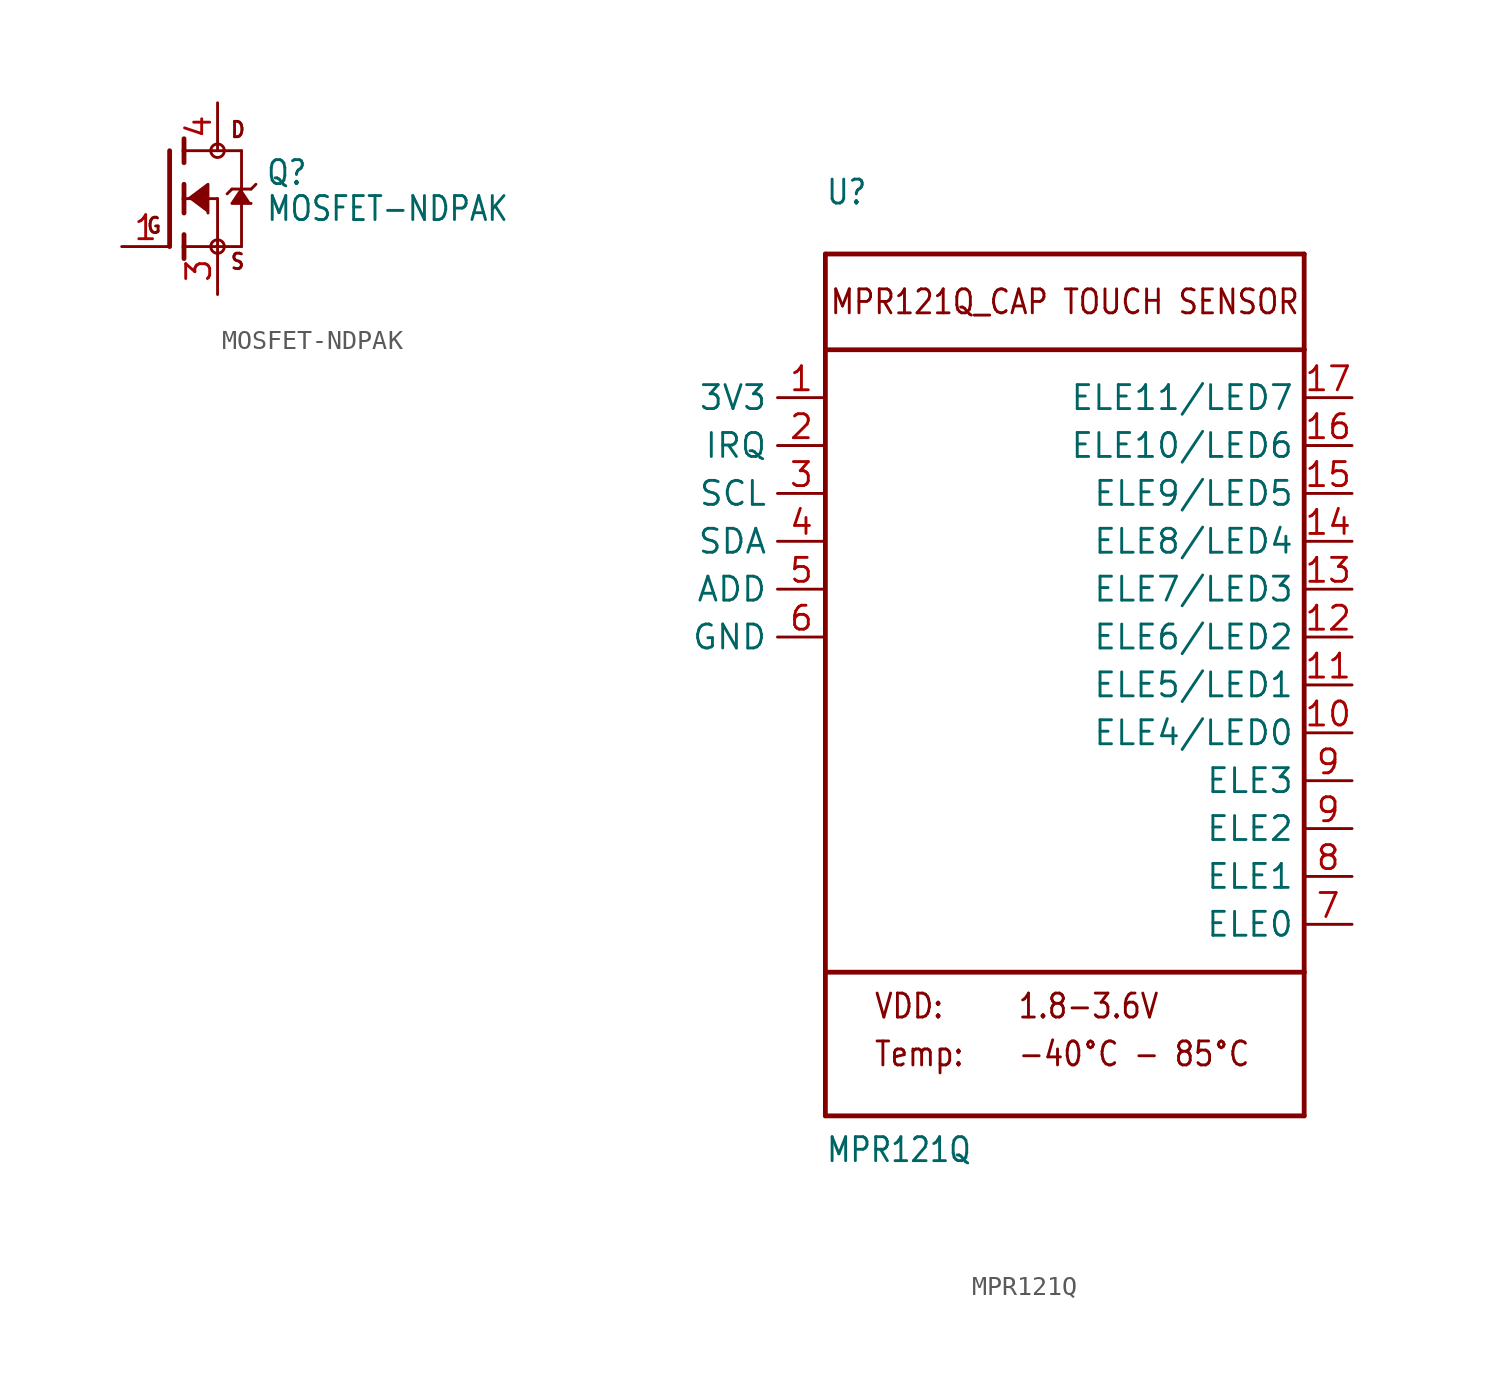
<source format=kicad_sym>
(kicad_symbol_lib
  (version 20211014)
  (generator kicad_symbol_editor)
  (symbol "MOSFET-NDPAK"
    (property "Reference" "Q"
      (at 5.08 0.635 0)
      (effects (font (size 1.27 1.079)) (justify left bottom)))
    (property "Value" "MOSFET-NDPAK"
      (at 5.08 -1.27 0)
      (effects (font (size 1.27 1.079)) (justify left bottom)))
    (property "ki_locked" ""
      (at 0 0 0)
      (effects (font (size 1.27 1.27))))
    (symbol "MOSFET-NDPAK_1_0"
      (polyline (pts (xy 0 2.54) (xy 0 -2.54)) (stroke (width 0.254) (type default) (color 0 0 0 0)) (fill (type none)))
      (polyline (pts (xy 0.762 -2.54) (xy 0.762 -3.175)) (stroke (width 0.254) (type default) (color 0 0 0 0)) (fill (type none)))
      (polyline (pts (xy 0.762 -1.905) (xy 0.762 -2.54)) (stroke (width 0.254) (type default) (color 0 0 0 0)) (fill (type none)))
      (polyline (pts (xy 0.762 0) (xy 0.762 -0.762)) (stroke (width 0.254) (type default) (color 0 0 0 0)) (fill (type none)))
      (polyline (pts (xy 0.762 0) (xy 2.54 0)) (stroke (width 0.152) (type default) (color 0 0 0 0)) (fill (type none)))
      (polyline (pts (xy 0.762 0.762) (xy 0.762 0)) (stroke (width 0.254) (type default) (color 0 0 0 0)) (fill (type none)))
      (polyline (pts (xy 0.762 2.54) (xy 0.762 1.905)) (stroke (width 0.254) (type default) (color 0 0 0 0)) (fill (type none)))
      (polyline (pts (xy 0.762 2.54) (xy 3.81 2.54)) (stroke (width 0.152) (type default) (color 0 0 0 0)) (fill (type none)))
      (polyline (pts (xy 0.762 3.175) (xy 0.762 2.54)) (stroke (width 0.254) (type default) (color 0 0 0 0)) (fill (type none)))
      (polyline (pts (xy 2.54 -2.54) (xy 0.762 -2.54)) (stroke (width 0.152) (type default) (color 0 0 0 0)) (fill (type none)))
      (polyline (pts (xy 2.54 -2.54) (xy 3.81 -2.54)) (stroke (width 0.152) (type default) (color 0 0 0 0)) (fill (type none)))
      (polyline (pts (xy 2.54 0) (xy 2.54 -2.54)) (stroke (width 0.152) (type default) (color 0 0 0 0)) (fill (type none)))
      (polyline (pts (xy 3.302 0.508) (xy 3.048 0.254)) (stroke (width 0.152) (type default) (color 0 0 0 0)) (fill (type none)))
      (polyline (pts (xy 3.81 0.508) (xy 3.302 0.508)) (stroke (width 0.152) (type default) (color 0 0 0 0)) (fill (type none)))
      (polyline (pts (xy 3.81 0.508) (xy 3.81 -2.54)) (stroke (width 0.152) (type default) (color 0 0 0 0)) (fill (type none)))
      (polyline (pts (xy 3.81 2.54) (xy 3.81 0.508)) (stroke (width 0.152) (type default) (color 0 0 0 0)) (fill (type none)))
      (polyline (pts (xy 4.318 0.508) (xy 3.81 0.508)) (stroke (width 0.152) (type default) (color 0 0 0 0)) (fill (type none)))
      (polyline (pts (xy 4.572 0.762) (xy 4.318 0.508)) (stroke (width 0.152) (type default) (color 0 0 0 0)) (fill (type none)))
      (polyline (pts (xy 1.016 0) (xy 2.032 0.762) (xy 2.032 -0.762)) (stroke (width 0) (type default) (color 0 0 0 0)) (fill (type outline)))
      (polyline (pts (xy 3.81 0.508) (xy 3.302 -0.254) (xy 4.318 -0.254)) (stroke (width 0) (type default) (color 0 0 0 0)) (fill (type outline)))
      (circle (center 2.54 -2.54) (radius 0.359) (stroke (width 0) (type default) (color 0 0 0 0)) (fill (type none)))
      (circle (center 2.54 2.54) (radius 0.359) (stroke (width 0) (type default) (color 0 0 0 0)) (fill (type none)))
      (text "D" (at 3.175 3.175 0) (effects (font (size 0.813 0.691)) (justify left bottom)))
      (text "G" (at -1.27 -1.905 0) (effects (font (size 0.813 0.691)) (justify left bottom)))
      (text "S" (at 3.175 -3.81 0) (effects (font (size 0.813 0.691)) (justify left bottom)))
      (pin bidirectional line (at -2.54 -2.54 0) (length 2.54) (name "G" (effects (font (size 0 0)))) (number "1" (effects (font (size 1.27 1.27)))))
      (pin bidirectional line (at 2.54 -5.08 90) (length 2.54) (name "S" (effects (font (size 0 0)))) (number "3" (effects (font (size 1.27 1.27)))))
      (pin bidirectional line (at 2.54 5.08 270) (length 2.54) (name "D" (effects (font (size 0 0)))) (number "4" (effects (font (size 1.27 1.27)))))))
  (symbol "MPR121Q"
    (property "Reference" "U"
      (at -12.7 22.86 0)
      (effects (font (size 1.27 1.079)) (justify left bottom)))
    (property "Value" "MPR121Q"
      (at -12.7 -27.94 0)
      (effects (font (size 1.27 1.079)) (justify left bottom)))
    (property "ki_locked" ""
      (at 0 0 0)
      (effects (font (size 1.27 1.27))))
    (symbol "MPR121Q_1_0"
      (polyline (pts (xy -12.7 -25.4) (xy 12.7 -25.4)) (stroke (width 0.254) (type default) (color 0 0 0 0)) (fill (type none)))
      (polyline (pts (xy -12.7 -17.78) (xy -12.7 -25.4)) (stroke (width 0.254) (type default) (color 0 0 0 0)) (fill (type none)))
      (polyline (pts (xy -12.7 -17.78) (xy -12.7 15.24)) (stroke (width 0.254) (type default) (color 0 0 0 0)) (fill (type none)))
      (polyline (pts (xy -12.7 15.24) (xy -12.7 20.32)) (stroke (width 0.254) (type default) (color 0 0 0 0)) (fill (type none)))
      (polyline (pts (xy -12.7 15.24) (xy 12.7 15.24)) (stroke (width 0.254) (type default) (color 0 0 0 0)) (fill (type none)))
      (polyline (pts (xy -12.7 20.32) (xy 12.7 20.32)) (stroke (width 0.254) (type default) (color 0 0 0 0)) (fill (type none)))
      (polyline (pts (xy 12.7 -25.4) (xy 12.7 -17.78)) (stroke (width 0.254) (type default) (color 0 0 0 0)) (fill (type none)))
      (polyline (pts (xy 12.7 -17.78) (xy -12.7 -17.78)) (stroke (width 0.254) (type default) (color 0 0 0 0)) (fill (type none)))
      (polyline (pts (xy 12.7 15.24) (xy 12.7 -17.78)) (stroke (width 0.254) (type default) (color 0 0 0 0)) (fill (type none)))
      (polyline (pts (xy 12.7 20.32) (xy 12.7 15.24)) (stroke (width 0.254) (type default) (color 0 0 0 0)) (fill (type none)))
      (text "-40°C - 85°C" (at -2.54 -22.86 0) (effects (font (size 1.27 1.079)) (justify left bottom)))
      (text "1.8-3.6V" (at -2.54 -20.32 0) (effects (font (size 1.27 1.079)) (justify left bottom)))
      (text "MPR121Q_CAP TOUCH SENSOR" (at 0 17.78 0) (effects (font (size 1.27 1.079))))
      (text "Temp:" (at -10.16 -22.86 0) (effects (font (size 1.27 1.079)) (justify left bottom)))
      (text "VDD:" (at -10.16 -20.32 0) (effects (font (size 1.27 1.079)) (justify left bottom)))
      (pin bidirectional line (at 15.24 -5.08 180) (length 2.54) (name "ELE4/LED0" (effects (font (size 1.27 1.27)))) (number "10" (effects (font (size 1.27 1.27)))))
      (pin bidirectional line (at 15.24 -2.54 180) (length 2.54) (name "ELE5/LED1" (effects (font (size 1.27 1.27)))) (number "11" (effects (font (size 1.27 1.27)))))
      (pin bidirectional line (at 15.24 0 180) (length 2.54) (name "ELE6/LED2" (effects (font (size 1.27 1.27)))) (number "12" (effects (font (size 1.27 1.27)))))
      (pin bidirectional line (at 15.24 2.54 180) (length 2.54) (name "ELE7/LED3" (effects (font (size 1.27 1.27)))) (number "13" (effects (font (size 1.27 1.27)))))
      (pin bidirectional line (at 15.24 5.08 180) (length 2.54) (name "ELE8/LED4" (effects (font (size 1.27 1.27)))) (number "14" (effects (font (size 1.27 1.27)))))
      (pin bidirectional line (at 15.24 7.62 180) (length 2.54) (name "ELE9/LED5" (effects (font (size 1.27 1.27)))) (number "15" (effects (font (size 1.27 1.27)))))
      (pin bidirectional line (at 15.24 10.16 180) (length 2.54) (name "ELE10/LED6" (effects (font (size 1.27 1.27)))) (number "16" (effects (font (size 1.27 1.27)))))
      (pin bidirectional line (at 15.24 12.7 180) (length 2.54) (name "ELE11/LED7" (effects (font (size 1.27 1.27)))) (number "17" (effects (font (size 1.27 1.27)))))
      (pin bidirectional line (at 15.24 -15.24 180) (length 2.54) (name "ELE0" (effects (font (size 1.27 1.27)))) (number "7" (effects (font (size 1.27 1.27)))))
      (pin bidirectional line (at 15.24 -12.7 180) (length 2.54) (name "ELE1" (effects (font (size 1.27 1.27)))) (number "8" (effects (font (size 1.27 1.27)))))
      (pin bidirectional line (at 15.24 -10.16 180) (length 2.54) (name "ELE2" (effects (font (size 1.27 1.27)))) (number "9" (effects (font (size 1.27 1.27)))))
      (pin bidirectional line (at 15.24 -7.62 180) (length 2.54) (name "ELE3" (effects (font (size 1.27 1.27)))) (number "9" (effects (font (size 1.27 1.27))))))
    (symbol "MPR121Q_1_1"
      (pin bidirectional line (at -12.7 12.7 180) (length 2.54) (name "3V3" (effects (font (size 1.27 1.27)))) (number "1" (effects (font (size 1.27 1.27)))))
      (pin bidirectional line (at -12.7 10.16 180) (length 2.54) (name "IRQ" (effects (font (size 1.27 1.27)))) (number "2" (effects (font (size 1.27 1.27)))))
      (pin bidirectional line (at -12.7 7.62 180) (length 2.54) (name "SCL" (effects (font (size 1.27 1.27)))) (number "3" (effects (font (size 1.27 1.27)))))
      (pin bidirectional line (at -12.7 5.08 180) (length 2.54) (name "SDA" (effects (font (size 1.27 1.27)))) (number "4" (effects (font (size 1.27 1.27)))))
      (pin bidirectional line (at -12.7 2.54 180) (length 2.54) (name "ADD" (effects (font (size 1.27 1.27)))) (number "5" (effects (font (size 1.27 1.27)))))
      (pin bidirectional line (at -12.7 0 180) (length 2.54) (name "GND" (effects (font (size 1.27 1.27)))) (number "6" (effects (font (size 1.27 1.27))))))))
</source>
